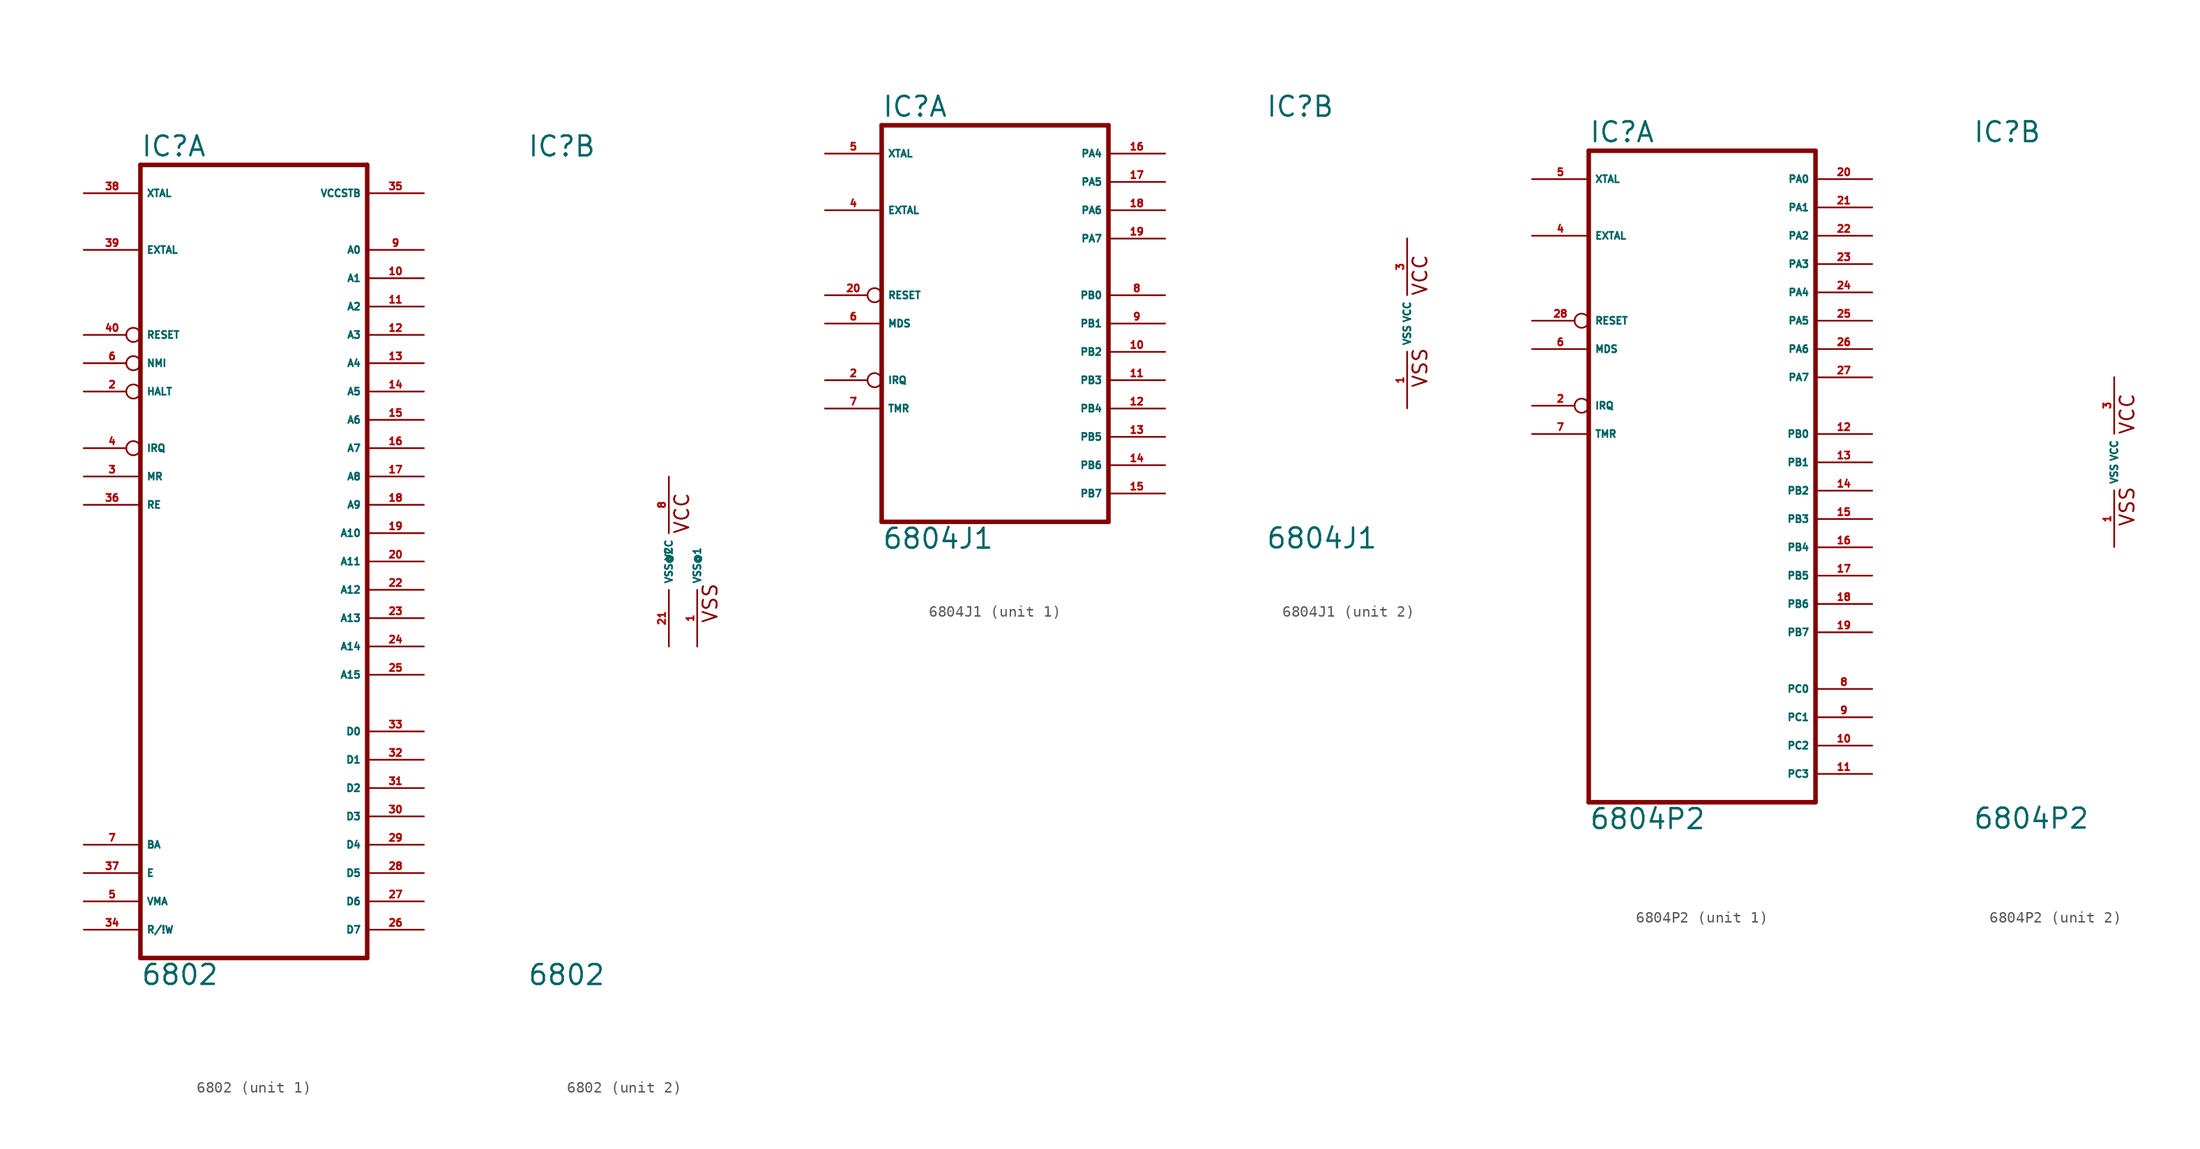
<source format=kicad_sym>
(kicad_symbol_lib
  (version 20220914)
  (generator Eagle2Kicad)
  (symbol "6802"
    (property "Reference" "IC"
      (at -12.7 36.195 0)
      (effects (font (size 1.778 1.778) (thickness 0.22)) (justify left bottom)))
    (property "Value" "6802"
      (at -12.7 -38.1 0)
      (effects (font (size 1.778 1.778) (thickness 0.22)) (justify left bottom)))
    (symbol "6802_1_0"
      (polyline (pts (xy -12.7 -35.56) (xy 7.62 -35.56)) (stroke (width 0.406) (type default)) (fill (type none)))
      (polyline (pts (xy 7.62 -35.56) (xy 7.62 35.56)) (stroke (width 0.406) (type default)) (fill (type none)))
      (polyline (pts (xy 7.62 35.56) (xy -12.7 35.56)) (stroke (width 0.406) (type default)) (fill (type none)))
      (polyline (pts (xy -12.7 35.56) (xy -12.7 -35.56)) (stroke (width 0.406) (type default)) (fill (type none)))
      (pin input inverted (at -17.78 15.24 0) (length 5.08) (name "HALT" (effects (font (size 0.635 0.635) (thickness 0.08)) (justify left bottom))) (number "2" (effects (font (size 0.635 0.635) (thickness 0.08)) (justify left bottom))))
      (pin input line (at -17.78 7.62 0) (length 5.08) (name "MR" (effects (font (size 0.635 0.635) (thickness 0.08)) (justify left bottom))) (number "3" (effects (font (size 0.635 0.635) (thickness 0.08)) (justify left bottom))))
      (pin input inverted (at -17.78 10.16 0) (length 5.08) (name "IRQ" (effects (font (size 0.635 0.635) (thickness 0.08)) (justify left bottom))) (number "4" (effects (font (size 0.635 0.635) (thickness 0.08)) (justify left bottom))))
      (pin output line (at -17.78 -30.48 0) (length 5.08) (name "VMA" (effects (font (size 0.635 0.635) (thickness 0.08)) (justify left bottom))) (number "5" (effects (font (size 0.635 0.635) (thickness 0.08)) (justify left bottom))))
      (pin input inverted (at -17.78 17.78 0) (length 5.08) (name "NMI" (effects (font (size 0.635 0.635) (thickness 0.08)) (justify left bottom))) (number "6" (effects (font (size 0.635 0.635) (thickness 0.08)) (justify left bottom))))
      (pin output line (at -17.78 -25.4 0) (length 5.08) (name "BA" (effects (font (size 0.635 0.635) (thickness 0.08)) (justify left bottom))) (number "7" (effects (font (size 0.635 0.635) (thickness 0.08)) (justify left bottom))))
      (pin output line (at 12.7 27.94 180) (length 5.08) (name "A0" (effects (font (size 0.635 0.635) (thickness 0.08)) (justify left bottom))) (number "9" (effects (font (size 0.635 0.635) (thickness 0.08)) (justify left bottom))))
      (pin output line (at 12.7 25.4 180) (length 5.08) (name "A1" (effects (font (size 0.635 0.635) (thickness 0.08)) (justify left bottom))) (number "10" (effects (font (size 0.635 0.635) (thickness 0.08)) (justify left bottom))))
      (pin output line (at 12.7 22.86 180) (length 5.08) (name "A2" (effects (font (size 0.635 0.635) (thickness 0.08)) (justify left bottom))) (number "11" (effects (font (size 0.635 0.635) (thickness 0.08)) (justify left bottom))))
      (pin output line (at 12.7 20.32 180) (length 5.08) (name "A3" (effects (font (size 0.635 0.635) (thickness 0.08)) (justify left bottom))) (number "12" (effects (font (size 0.635 0.635) (thickness 0.08)) (justify left bottom))))
      (pin output line (at 12.7 17.78 180) (length 5.08) (name "A4" (effects (font (size 0.635 0.635) (thickness 0.08)) (justify left bottom))) (number "13" (effects (font (size 0.635 0.635) (thickness 0.08)) (justify left bottom))))
      (pin output line (at 12.7 15.24 180) (length 5.08) (name "A5" (effects (font (size 0.635 0.635) (thickness 0.08)) (justify left bottom))) (number "14" (effects (font (size 0.635 0.635) (thickness 0.08)) (justify left bottom))))
      (pin output line (at 12.7 12.7 180) (length 5.08) (name "A6" (effects (font (size 0.635 0.635) (thickness 0.08)) (justify left bottom))) (number "15" (effects (font (size 0.635 0.635) (thickness 0.08)) (justify left bottom))))
      (pin output line (at 12.7 10.16 180) (length 5.08) (name "A7" (effects (font (size 0.635 0.635) (thickness 0.08)) (justify left bottom))) (number "16" (effects (font (size 0.635 0.635) (thickness 0.08)) (justify left bottom))))
      (pin output line (at 12.7 7.62 180) (length 5.08) (name "A8" (effects (font (size 0.635 0.635) (thickness 0.08)) (justify left bottom))) (number "17" (effects (font (size 0.635 0.635) (thickness 0.08)) (justify left bottom))))
      (pin output line (at 12.7 5.08 180) (length 5.08) (name "A9" (effects (font (size 0.635 0.635) (thickness 0.08)) (justify left bottom))) (number "18" (effects (font (size 0.635 0.635) (thickness 0.08)) (justify left bottom))))
      (pin output line (at 12.7 2.54 180) (length 5.08) (name "A10" (effects (font (size 0.635 0.635) (thickness 0.08)) (justify left bottom))) (number "19" (effects (font (size 0.635 0.635) (thickness 0.08)) (justify left bottom))))
      (pin output line (at 12.7 0 180) (length 5.08) (name "A11" (effects (font (size 0.635 0.635) (thickness 0.08)) (justify left bottom))) (number "20" (effects (font (size 0.635 0.635) (thickness 0.08)) (justify left bottom))))
      (pin output line (at 12.7 -2.54 180) (length 5.08) (name "A12" (effects (font (size 0.635 0.635) (thickness 0.08)) (justify left bottom))) (number "22" (effects (font (size 0.635 0.635) (thickness 0.08)) (justify left bottom))))
      (pin output line (at 12.7 -5.08 180) (length 5.08) (name "A13" (effects (font (size 0.635 0.635) (thickness 0.08)) (justify left bottom))) (number "23" (effects (font (size 0.635 0.635) (thickness 0.08)) (justify left bottom))))
      (pin output line (at 12.7 -7.62 180) (length 5.08) (name "A14" (effects (font (size 0.635 0.635) (thickness 0.08)) (justify left bottom))) (number "24" (effects (font (size 0.635 0.635) (thickness 0.08)) (justify left bottom))))
      (pin output line (at 12.7 -10.16 180) (length 5.08) (name "A15" (effects (font (size 0.635 0.635) (thickness 0.08)) (justify left bottom))) (number "25" (effects (font (size 0.635 0.635) (thickness 0.08)) (justify left bottom))))
      (pin bidirectional line (at 12.7 -33.02 180) (length 5.08) (name "D7" (effects (font (size 0.635 0.635) (thickness 0.08)) (justify left bottom))) (number "26" (effects (font (size 0.635 0.635) (thickness 0.08)) (justify left bottom))))
      (pin bidirectional line (at 12.7 -30.48 180) (length 5.08) (name "D6" (effects (font (size 0.635 0.635) (thickness 0.08)) (justify left bottom))) (number "27" (effects (font (size 0.635 0.635) (thickness 0.08)) (justify left bottom))))
      (pin bidirectional line (at 12.7 -27.94 180) (length 5.08) (name "D5" (effects (font (size 0.635 0.635) (thickness 0.08)) (justify left bottom))) (number "28" (effects (font (size 0.635 0.635) (thickness 0.08)) (justify left bottom))))
      (pin bidirectional line (at 12.7 -25.4 180) (length 5.08) (name "D4" (effects (font (size 0.635 0.635) (thickness 0.08)) (justify left bottom))) (number "29" (effects (font (size 0.635 0.635) (thickness 0.08)) (justify left bottom))))
      (pin bidirectional line (at 12.7 -22.86 180) (length 5.08) (name "D3" (effects (font (size 0.635 0.635) (thickness 0.08)) (justify left bottom))) (number "30" (effects (font (size 0.635 0.635) (thickness 0.08)) (justify left bottom))))
      (pin bidirectional line (at 12.7 -20.32 180) (length 5.08) (name "D2" (effects (font (size 0.635 0.635) (thickness 0.08)) (justify left bottom))) (number "31" (effects (font (size 0.635 0.635) (thickness 0.08)) (justify left bottom))))
      (pin bidirectional line (at 12.7 -17.78 180) (length 5.08) (name "D1" (effects (font (size 0.635 0.635) (thickness 0.08)) (justify left bottom))) (number "32" (effects (font (size 0.635 0.635) (thickness 0.08)) (justify left bottom))))
      (pin bidirectional line (at 12.7 -15.24 180) (length 5.08) (name "D0" (effects (font (size 0.635 0.635) (thickness 0.08)) (justify left bottom))) (number "33" (effects (font (size 0.635 0.635) (thickness 0.08)) (justify left bottom))))
      (pin output line (at -17.78 -33.02 0) (length 5.08) (name "R/!W" (effects (font (size 0.635 0.635) (thickness 0.08)) (justify left bottom))) (number "34" (effects (font (size 0.635 0.635) (thickness 0.08)) (justify left bottom))))
      (pin input line (at 12.7 33.02 180) (length 5.08) (name "VCCSTB" (effects (font (size 0.635 0.635) (thickness 0.08)) (justify left bottom))) (number "35" (effects (font (size 0.635 0.635) (thickness 0.08)) (justify left bottom))))
      (pin input line (at -17.78 5.08 0) (length 5.08) (name "RE" (effects (font (size 0.635 0.635) (thickness 0.08)) (justify left bottom))) (number "36" (effects (font (size 0.635 0.635) (thickness 0.08)) (justify left bottom))))
      (pin output line (at -17.78 -27.94 0) (length 5.08) (name "E" (effects (font (size 0.635 0.635) (thickness 0.08)) (justify left bottom))) (number "37" (effects (font (size 0.635 0.635) (thickness 0.08)) (justify left bottom))))
      (pin input line (at -17.78 33.02 0) (length 5.08) (name "XTAL" (effects (font (size 0.635 0.635) (thickness 0.08)) (justify left bottom))) (number "38" (effects (font (size 0.635 0.635) (thickness 0.08)) (justify left bottom))))
      (pin input line (at -17.78 27.94 0) (length 5.08) (name "EXTAL" (effects (font (size 0.635 0.635) (thickness 0.08)) (justify left bottom))) (number "39" (effects (font (size 0.635 0.635) (thickness 0.08)) (justify left bottom))))
      (pin input inverted (at -17.78 20.32 0) (length 5.08) (name "RESET" (effects (font (size 0.635 0.635) (thickness 0.08)) (justify left bottom))) (number "40" (effects (font (size 0.635 0.635) (thickness 0.08)) (justify left bottom)))))
    (symbol "6802_2_0"
      (text "VCC" (at 1.905 2.413 900) (effects (font (size 1.27 1.27) (thickness 0.16)) (justify left bottom)))
      (text "VSS" (at 4.445 -5.588 900) (effects (font (size 1.27 1.27) (thickness 0.16)) (justify left bottom)))
      (pin unspecified line (at 2.54 -7.62 90) (length 5.08) (name "VSS@1" (effects (font (size 0.635 0.635) (thickness 0.08)) (justify left bottom))) (number "1" (effects (font (size 0.635 0.635) (thickness 0.08)) (justify left bottom))))
      (pin unspecified line (at 0 7.62 270) (length 5.08) (name "VCC" (effects (font (size 0.635 0.635) (thickness 0.08)) (justify left bottom))) (number "8" (effects (font (size 0.635 0.635) (thickness 0.08)) (justify left bottom))))
      (pin unspecified line (at 0 -7.62 90) (length 5.08) (name "VSS@2" (effects (font (size 0.635 0.635) (thickness 0.08)) (justify left bottom))) (number "21" (effects (font (size 0.635 0.635) (thickness 0.08)) (justify left bottom))))))
  (symbol "6804J1"
    (property "Reference" "IC"
      (at -12.7 18.415 0)
      (effects (font (size 1.778 1.778) (thickness 0.22)) (justify left bottom)))
    (property "Value" "6804J1"
      (at -12.7 -20.32 0)
      (effects (font (size 1.778 1.778) (thickness 0.22)) (justify left bottom)))
    (symbol "6804J1_1_0"
      (polyline (pts (xy -12.7 -17.78) (xy 7.62 -17.78)) (stroke (width 0.406) (type default)) (fill (type none)))
      (polyline (pts (xy 7.62 -17.78) (xy 7.62 17.78)) (stroke (width 0.406) (type default)) (fill (type none)))
      (polyline (pts (xy 7.62 17.78) (xy -12.7 17.78)) (stroke (width 0.406) (type default)) (fill (type none)))
      (polyline (pts (xy -12.7 17.78) (xy -12.7 -17.78)) (stroke (width 0.406) (type default)) (fill (type none)))
      (pin input inverted (at -17.78 -5.08 0) (length 5.08) (name "IRQ" (effects (font (size 0.635 0.635) (thickness 0.08)) (justify left bottom))) (number "2" (effects (font (size 0.635 0.635) (thickness 0.08)) (justify left bottom))))
      (pin input line (at -17.78 10.16 0) (length 5.08) (name "EXTAL" (effects (font (size 0.635 0.635) (thickness 0.08)) (justify left bottom))) (number "4" (effects (font (size 0.635 0.635) (thickness 0.08)) (justify left bottom))))
      (pin input line (at -17.78 15.24 0) (length 5.08) (name "XTAL" (effects (font (size 0.635 0.635) (thickness 0.08)) (justify left bottom))) (number "5" (effects (font (size 0.635 0.635) (thickness 0.08)) (justify left bottom))))
      (pin input line (at -17.78 0 0) (length 5.08) (name "MDS" (effects (font (size 0.635 0.635) (thickness 0.08)) (justify left bottom))) (number "6" (effects (font (size 0.635 0.635) (thickness 0.08)) (justify left bottom))))
      (pin input line (at -17.78 -7.62 0) (length 5.08) (name "TMR" (effects (font (size 0.635 0.635) (thickness 0.08)) (justify left bottom))) (number "7" (effects (font (size 0.635 0.635) (thickness 0.08)) (justify left bottom))))
      (pin bidirectional line (at 12.7 2.54 180) (length 5.08) (name "PB0" (effects (font (size 0.635 0.635) (thickness 0.08)) (justify left bottom))) (number "8" (effects (font (size 0.635 0.635) (thickness 0.08)) (justify left bottom))))
      (pin bidirectional line (at 12.7 0 180) (length 5.08) (name "PB1" (effects (font (size 0.635 0.635) (thickness 0.08)) (justify left bottom))) (number "9" (effects (font (size 0.635 0.635) (thickness 0.08)) (justify left bottom))))
      (pin bidirectional line (at 12.7 -2.54 180) (length 5.08) (name "PB2" (effects (font (size 0.635 0.635) (thickness 0.08)) (justify left bottom))) (number "10" (effects (font (size 0.635 0.635) (thickness 0.08)) (justify left bottom))))
      (pin bidirectional line (at 12.7 -5.08 180) (length 5.08) (name "PB3" (effects (font (size 0.635 0.635) (thickness 0.08)) (justify left bottom))) (number "11" (effects (font (size 0.635 0.635) (thickness 0.08)) (justify left bottom))))
      (pin bidirectional line (at 12.7 -7.62 180) (length 5.08) (name "PB4" (effects (font (size 0.635 0.635) (thickness 0.08)) (justify left bottom))) (number "12" (effects (font (size 0.635 0.635) (thickness 0.08)) (justify left bottom))))
      (pin bidirectional line (at 12.7 -10.16 180) (length 5.08) (name "PB5" (effects (font (size 0.635 0.635) (thickness 0.08)) (justify left bottom))) (number "13" (effects (font (size 0.635 0.635) (thickness 0.08)) (justify left bottom))))
      (pin bidirectional line (at 12.7 -12.7 180) (length 5.08) (name "PB6" (effects (font (size 0.635 0.635) (thickness 0.08)) (justify left bottom))) (number "14" (effects (font (size 0.635 0.635) (thickness 0.08)) (justify left bottom))))
      (pin bidirectional line (at 12.7 -15.24 180) (length 5.08) (name "PB7" (effects (font (size 0.635 0.635) (thickness 0.08)) (justify left bottom))) (number "15" (effects (font (size 0.635 0.635) (thickness 0.08)) (justify left bottom))))
      (pin bidirectional line (at 12.7 15.24 180) (length 5.08) (name "PA4" (effects (font (size 0.635 0.635) (thickness 0.08)) (justify left bottom))) (number "16" (effects (font (size 0.635 0.635) (thickness 0.08)) (justify left bottom))))
      (pin bidirectional line (at 12.7 12.7 180) (length 5.08) (name "PA5" (effects (font (size 0.635 0.635) (thickness 0.08)) (justify left bottom))) (number "17" (effects (font (size 0.635 0.635) (thickness 0.08)) (justify left bottom))))
      (pin bidirectional line (at 12.7 10.16 180) (length 5.08) (name "PA6" (effects (font (size 0.635 0.635) (thickness 0.08)) (justify left bottom))) (number "18" (effects (font (size 0.635 0.635) (thickness 0.08)) (justify left bottom))))
      (pin bidirectional line (at 12.7 7.62 180) (length 5.08) (name "PA7" (effects (font (size 0.635 0.635) (thickness 0.08)) (justify left bottom))) (number "19" (effects (font (size 0.635 0.635) (thickness 0.08)) (justify left bottom))))
      (pin input inverted (at -17.78 2.54 0) (length 5.08) (name "RESET" (effects (font (size 0.635 0.635) (thickness 0.08)) (justify left bottom))) (number "20" (effects (font (size 0.635 0.635) (thickness 0.08)) (justify left bottom)))))
    (symbol "6804J1_2_0"
      (text "VSS" (at 1.905 -5.842 900) (effects (font (size 1.27 1.27) (thickness 0.16)) (justify left bottom)))
      (text "VCC" (at 1.905 2.413 900) (effects (font (size 1.27 1.27) (thickness 0.16)) (justify left bottom)))
      (pin unspecified line (at 0 -7.62 90) (length 5.08) (name "VSS" (effects (font (size 0.635 0.635) (thickness 0.08)) (justify left bottom))) (number "1" (effects (font (size 0.635 0.635) (thickness 0.08)) (justify left bottom))))
      (pin unspecified line (at 0 7.62 270) (length 5.08) (name "VCC" (effects (font (size 0.635 0.635) (thickness 0.08)) (justify left bottom))) (number "3" (effects (font (size 0.635 0.635) (thickness 0.08)) (justify left bottom))))))
  (symbol "6804P2"
    (property "Reference" "IC"
      (at -12.7 28.575 0)
      (effects (font (size 1.778 1.778) (thickness 0.22)) (justify left bottom)))
    (property "Value" "6804P2"
      (at -12.7 -33.02 0)
      (effects (font (size 1.778 1.778) (thickness 0.22)) (justify left bottom)))
    (symbol "6804P2_1_0"
      (polyline (pts (xy -12.7 -30.48) (xy 7.62 -30.48)) (stroke (width 0.406) (type default)) (fill (type none)))
      (polyline (pts (xy 7.62 -30.48) (xy 7.62 27.94)) (stroke (width 0.406) (type default)) (fill (type none)))
      (polyline (pts (xy 7.62 27.94) (xy -12.7 27.94)) (stroke (width 0.406) (type default)) (fill (type none)))
      (polyline (pts (xy -12.7 27.94) (xy -12.7 -30.48)) (stroke (width 0.406) (type default)) (fill (type none)))
      (pin input inverted (at -17.78 5.08 0) (length 5.08) (name "IRQ" (effects (font (size 0.635 0.635) (thickness 0.08)) (justify left bottom))) (number "2" (effects (font (size 0.635 0.635) (thickness 0.08)) (justify left bottom))))
      (pin input line (at -17.78 20.32 0) (length 5.08) (name "EXTAL" (effects (font (size 0.635 0.635) (thickness 0.08)) (justify left bottom))) (number "4" (effects (font (size 0.635 0.635) (thickness 0.08)) (justify left bottom))))
      (pin input line (at -17.78 25.4 0) (length 5.08) (name "XTAL" (effects (font (size 0.635 0.635) (thickness 0.08)) (justify left bottom))) (number "5" (effects (font (size 0.635 0.635) (thickness 0.08)) (justify left bottom))))
      (pin input line (at -17.78 10.16 0) (length 5.08) (name "MDS" (effects (font (size 0.635 0.635) (thickness 0.08)) (justify left bottom))) (number "6" (effects (font (size 0.635 0.635) (thickness 0.08)) (justify left bottom))))
      (pin input line (at -17.78 2.54 0) (length 5.08) (name "TMR" (effects (font (size 0.635 0.635) (thickness 0.08)) (justify left bottom))) (number "7" (effects (font (size 0.635 0.635) (thickness 0.08)) (justify left bottom))))
      (pin bidirectional line (at 12.7 -20.32 180) (length 5.08) (name "PC0" (effects (font (size 0.635 0.635) (thickness 0.08)) (justify left bottom))) (number "8" (effects (font (size 0.635 0.635) (thickness 0.08)) (justify left bottom))))
      (pin bidirectional line (at 12.7 -22.86 180) (length 5.08) (name "PC1" (effects (font (size 0.635 0.635) (thickness 0.08)) (justify left bottom))) (number "9" (effects (font (size 0.635 0.635) (thickness 0.08)) (justify left bottom))))
      (pin bidirectional line (at 12.7 -25.4 180) (length 5.08) (name "PC2" (effects (font (size 0.635 0.635) (thickness 0.08)) (justify left bottom))) (number "10" (effects (font (size 0.635 0.635) (thickness 0.08)) (justify left bottom))))
      (pin bidirectional line (at 12.7 -27.94 180) (length 5.08) (name "PC3" (effects (font (size 0.635 0.635) (thickness 0.08)) (justify left bottom))) (number "11" (effects (font (size 0.635 0.635) (thickness 0.08)) (justify left bottom))))
      (pin bidirectional line (at 12.7 2.54 180) (length 5.08) (name "PB0" (effects (font (size 0.635 0.635) (thickness 0.08)) (justify left bottom))) (number "12" (effects (font (size 0.635 0.635) (thickness 0.08)) (justify left bottom))))
      (pin bidirectional line (at 12.7 0 180) (length 5.08) (name "PB1" (effects (font (size 0.635 0.635) (thickness 0.08)) (justify left bottom))) (number "13" (effects (font (size 0.635 0.635) (thickness 0.08)) (justify left bottom))))
      (pin bidirectional line (at 12.7 -2.54 180) (length 5.08) (name "PB2" (effects (font (size 0.635 0.635) (thickness 0.08)) (justify left bottom))) (number "14" (effects (font (size 0.635 0.635) (thickness 0.08)) (justify left bottom))))
      (pin bidirectional line (at 12.7 -5.08 180) (length 5.08) (name "PB3" (effects (font (size 0.635 0.635) (thickness 0.08)) (justify left bottom))) (number "15" (effects (font (size 0.635 0.635) (thickness 0.08)) (justify left bottom))))
      (pin bidirectional line (at 12.7 -7.62 180) (length 5.08) (name "PB4" (effects (font (size 0.635 0.635) (thickness 0.08)) (justify left bottom))) (number "16" (effects (font (size 0.635 0.635) (thickness 0.08)) (justify left bottom))))
      (pin bidirectional line (at 12.7 -10.16 180) (length 5.08) (name "PB5" (effects (font (size 0.635 0.635) (thickness 0.08)) (justify left bottom))) (number "17" (effects (font (size 0.635 0.635) (thickness 0.08)) (justify left bottom))))
      (pin bidirectional line (at 12.7 -12.7 180) (length 5.08) (name "PB6" (effects (font (size 0.635 0.635) (thickness 0.08)) (justify left bottom))) (number "18" (effects (font (size 0.635 0.635) (thickness 0.08)) (justify left bottom))))
      (pin bidirectional line (at 12.7 -15.24 180) (length 5.08) (name "PB7" (effects (font (size 0.635 0.635) (thickness 0.08)) (justify left bottom))) (number "19" (effects (font (size 0.635 0.635) (thickness 0.08)) (justify left bottom))))
      (pin bidirectional line (at 12.7 25.4 180) (length 5.08) (name "PA0" (effects (font (size 0.635 0.635) (thickness 0.08)) (justify left bottom))) (number "20" (effects (font (size 0.635 0.635) (thickness 0.08)) (justify left bottom))))
      (pin bidirectional line (at 12.7 22.86 180) (length 5.08) (name "PA1" (effects (font (size 0.635 0.635) (thickness 0.08)) (justify left bottom))) (number "21" (effects (font (size 0.635 0.635) (thickness 0.08)) (justify left bottom))))
      (pin bidirectional line (at 12.7 20.32 180) (length 5.08) (name "PA2" (effects (font (size 0.635 0.635) (thickness 0.08)) (justify left bottom))) (number "22" (effects (font (size 0.635 0.635) (thickness 0.08)) (justify left bottom))))
      (pin bidirectional line (at 12.7 17.78 180) (length 5.08) (name "PA3" (effects (font (size 0.635 0.635) (thickness 0.08)) (justify left bottom))) (number "23" (effects (font (size 0.635 0.635) (thickness 0.08)) (justify left bottom))))
      (pin bidirectional line (at 12.7 15.24 180) (length 5.08) (name "PA4" (effects (font (size 0.635 0.635) (thickness 0.08)) (justify left bottom))) (number "24" (effects (font (size 0.635 0.635) (thickness 0.08)) (justify left bottom))))
      (pin bidirectional line (at 12.7 12.7 180) (length 5.08) (name "PA5" (effects (font (size 0.635 0.635) (thickness 0.08)) (justify left bottom))) (number "25" (effects (font (size 0.635 0.635) (thickness 0.08)) (justify left bottom))))
      (pin bidirectional line (at 12.7 10.16 180) (length 5.08) (name "PA6" (effects (font (size 0.635 0.635) (thickness 0.08)) (justify left bottom))) (number "26" (effects (font (size 0.635 0.635) (thickness 0.08)) (justify left bottom))))
      (pin bidirectional line (at 12.7 7.62 180) (length 5.08) (name "PA7" (effects (font (size 0.635 0.635) (thickness 0.08)) (justify left bottom))) (number "27" (effects (font (size 0.635 0.635) (thickness 0.08)) (justify left bottom))))
      (pin input inverted (at -17.78 12.7 0) (length 5.08) (name "RESET" (effects (font (size 0.635 0.635) (thickness 0.08)) (justify left bottom))) (number "28" (effects (font (size 0.635 0.635) (thickness 0.08)) (justify left bottom)))))
    (symbol "6804P2_2_0"
      (text "VSS" (at 1.905 -5.842 900) (effects (font (size 1.27 1.27) (thickness 0.16)) (justify left bottom)))
      (text "VCC" (at 1.905 2.413 900) (effects (font (size 1.27 1.27) (thickness 0.16)) (justify left bottom)))
      (pin unspecified line (at 0 -7.62 90) (length 5.08) (name "VSS" (effects (font (size 0.635 0.635) (thickness 0.08)) (justify left bottom))) (number "1" (effects (font (size 0.635 0.635) (thickness 0.08)) (justify left bottom))))
      (pin unspecified line (at 0 7.62 270) (length 5.08) (name "VCC" (effects (font (size 0.635 0.635) (thickness 0.08)) (justify left bottom))) (number "3" (effects (font (size 0.635 0.635) (thickness 0.08)) (justify left bottom)))))))
</source>
